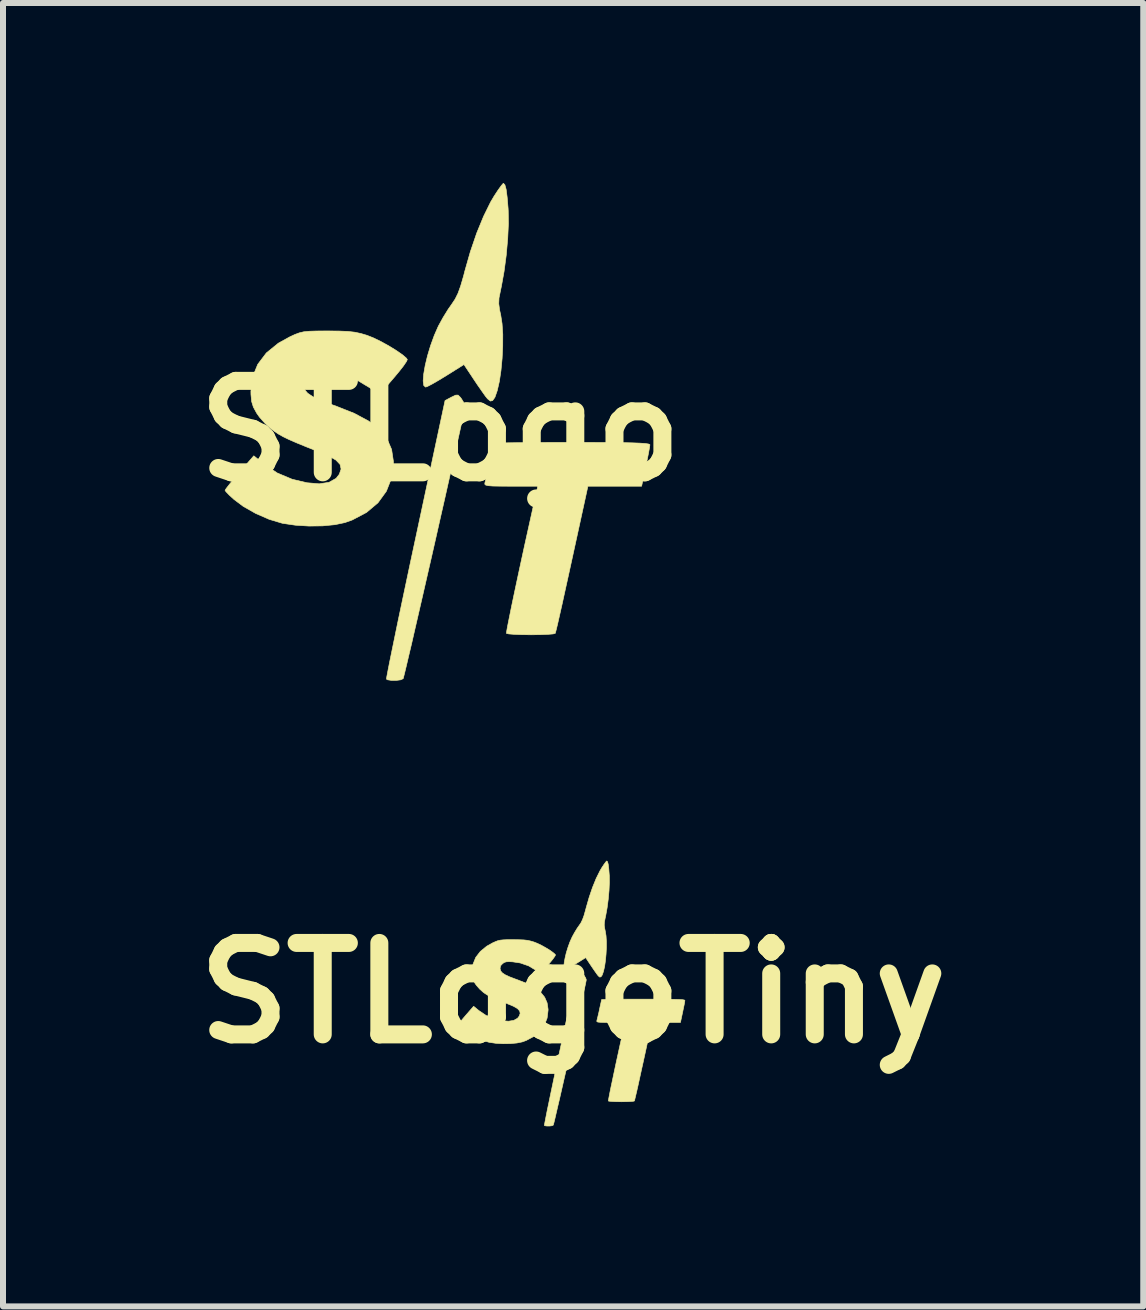
<source format=kicad_pcb>
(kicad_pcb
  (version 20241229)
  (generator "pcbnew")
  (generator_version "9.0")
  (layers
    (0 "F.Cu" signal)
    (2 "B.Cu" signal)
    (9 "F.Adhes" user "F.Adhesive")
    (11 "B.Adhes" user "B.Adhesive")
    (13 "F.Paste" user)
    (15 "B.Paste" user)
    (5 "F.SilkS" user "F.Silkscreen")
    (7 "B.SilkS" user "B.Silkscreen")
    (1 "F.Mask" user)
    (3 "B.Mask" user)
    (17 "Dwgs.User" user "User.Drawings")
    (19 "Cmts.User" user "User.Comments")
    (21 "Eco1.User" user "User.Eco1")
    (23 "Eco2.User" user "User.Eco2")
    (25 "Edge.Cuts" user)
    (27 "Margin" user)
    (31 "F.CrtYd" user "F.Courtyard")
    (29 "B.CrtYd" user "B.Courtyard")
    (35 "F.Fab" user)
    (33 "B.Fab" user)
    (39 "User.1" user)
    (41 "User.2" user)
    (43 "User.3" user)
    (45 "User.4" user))
  (footprint "STLogoTiny"
    (layer "F.Cu")
    (at 6.502 13.501)
    (property "Reference" "STLogoTiny" (at 0 0 0) (layer "F.SilkS") (effects (font (size 1.524 1.524) (thickness 0.3))))
    (attr through_hole)
    (fp_poly (pts (xy 0.178 -0.299) (xy 0.187 -0.288) (xy 0.21 -0.25) (xy 0.22 -0.219) (xy 0.216 -0.198) (xy 0.206 -0.147) (xy 0.189 -0.07) (xy 0.167 0.03) (xy 0.14 0.151) (xy 0.11 0.288) (xy 0.076 0.439) (xy 0.039 0.6) (xy 0.001 0.769) (xy -0.038 0.942) (xy -0.078 1.116) (xy -0.117 1.287) (xy -0.155 1.453) (xy -0.191 1.611) (xy -0.224 1.756) (xy -0.255 1.887) (xy -0.281 1.999) (xy -0.302 2.09) (xy -0.318 2.156) (xy -0.328 2.194) (xy -0.331 2.202) (xy -0.352 2.212) (xy -0.392 2.217) (xy -0.436 2.217) (xy -0.47 2.212) (xy -0.479 2.206) (xy -0.476 2.187) (xy -0.467 2.139) (xy -0.452 2.062) (xy -0.432 1.96) (xy -0.406 1.836) (xy -0.376 1.691) (xy -0.342 1.529) (xy -0.305 1.352) (xy -0.264 1.162) (xy -0.222 0.964) (xy -0.221 0.961) (xy 0.042 -0.27) (xy 0.098 -0.3) (xy 0.136 -0.319) (xy 0.158 -0.319) (xy 0.178 -0.299)) (stroke (width 0.01) (type solid)) (fill yes) (layer "F.SilkS"))
    (fp_poly (pts (xy 0.574 -2.188) (xy 0.585 -2.148) (xy 0.594 -2.078) (xy 0.602 -1.977) (xy 0.604 -1.956) (xy 0.605 -1.843) (xy 0.599 -1.709) (xy 0.586 -1.564) (xy 0.567 -1.419) (xy 0.543 -1.286) (xy 0.534 -1.245) (xy 0.522 -1.182) (xy 0.519 -1.131) (xy 0.527 -1.075) (xy 0.536 -1.033) (xy 0.549 -0.954) (xy 0.555 -0.859) (xy 0.555 -0.753) (xy 0.549 -0.644) (xy 0.539 -0.538) (xy 0.525 -0.441) (xy 0.506 -0.359) (xy 0.485 -0.299) (xy 0.465 -0.271) (xy 0.445 -0.265) (xy 0.42 -0.285) (xy 0.402 -0.308) (xy 0.372 -0.35) (xy 0.331 -0.409) (xy 0.289 -0.471) (xy 0.285 -0.477) (xy 0.21 -0.59) (xy 0.05 -0.49) (xy -0.016 -0.45) (xy -0.073 -0.417) (xy -0.114 -0.396) (xy -0.131 -0.39) (xy -0.147 -0.404) (xy -0.153 -0.445) (xy -0.148 -0.506) (xy -0.134 -0.583) (xy -0.114 -0.669) (xy -0.086 -0.76) (xy -0.054 -0.849) (xy -0.017 -0.932) (xy -0.015 -0.936) (xy 0.024 -1.007) (xy 0.069 -1.081) (xy 0.101 -1.126) (xy 0.132 -1.172) (xy 0.157 -1.224) (xy 0.181 -1.289) (xy 0.206 -1.377) (xy 0.217 -1.419) (xy 0.267 -1.593) (xy 0.323 -1.758) (xy 0.384 -1.908) (xy 0.447 -2.035) (xy 0.478 -2.088) (xy 0.513 -2.141) (xy 0.542 -2.181) (xy 0.559 -2.2) (xy 0.561 -2.201) (xy 0.574 -2.188)) (stroke (width 0.01) (type solid)) (fill yes) (layer "F.SilkS"))
    (fp_poly (pts (xy 1.347 0.102) (xy 1.495 0.102) (xy 1.613 0.104) (xy 1.706 0.106) (xy 1.774 0.108) (xy 1.822 0.111) (xy 1.85 0.116) (xy 1.862 0.121) (xy 1.863 0.123) (xy 1.86 0.147) (xy 1.851 0.197) (xy 1.837 0.264) (xy 1.826 0.318) (xy 1.789 0.491) (xy 1.312 0.491) (xy 1.171 1.139) (xy 1.139 1.282) (xy 1.11 1.415) (xy 1.084 1.534) (xy 1.061 1.636) (xy 1.042 1.716) (xy 1.029 1.771) (xy 1.023 1.797) (xy 1.022 1.799) (xy 1.003 1.804) (xy 0.957 1.808) (xy 0.89 1.811) (xy 0.81 1.812) (xy 0.804 1.812) (xy 0.724 1.811) (xy 0.656 1.808) (xy 0.609 1.804) (xy 0.588 1.8) (xy 0.588 1.799) (xy 0.59 1.78) (xy 0.599 1.732) (xy 0.613 1.658) (xy 0.633 1.56) (xy 0.658 1.443) (xy 0.686 1.31) (xy 0.717 1.164) (xy 0.751 1.009) (xy 0.786 0.848) (xy 0.823 0.685) (xy 0.854 0.546) (xy 0.866 0.491) (xy 0.627 0.491) (xy 0.532 0.491) (xy 0.467 0.489) (xy 0.425 0.486) (xy 0.403 0.481) (xy 0.395 0.473) (xy 0.396 0.461) (xy 0.403 0.433) (xy 0.415 0.384) (xy 0.43 0.321) (xy 0.444 0.253) (xy 0.458 0.191) (xy 0.469 0.141) (xy 0.474 0.113) (xy 0.474 0.11) (xy 0.49 0.108) (xy 0.537 0.107) (xy 0.611 0.105) (xy 0.707 0.104) (xy 0.824 0.103) (xy 0.956 0.102) (xy 1.101 0.102) (xy 1.168 0.102) (xy 1.347 0.102)) (stroke (width 0.01) (type solid)) (fill yes) (layer "F.SilkS"))
    (fp_poly (pts (xy -0.898 -0.888) (xy -0.821 -0.885) (xy -0.76 -0.878) (xy -0.706 -0.866) (xy -0.652 -0.85) (xy -0.594 -0.827) (xy -0.526 -0.794) (xy -0.456 -0.755) (xy -0.39 -0.715) (xy -0.337 -0.677) (xy -0.302 -0.647) (xy -0.293 -0.635) (xy -0.302 -0.616) (xy -0.328 -0.578) (xy -0.369 -0.526) (xy -0.416 -0.47) (xy -0.544 -0.322) (xy -0.621 -0.38) (xy -0.742 -0.453) (xy -0.881 -0.501) (xy -1.008 -0.52) (xy -1.073 -0.523) (xy -1.116 -0.52) (xy -1.148 -0.509) (xy -1.174 -0.491) (xy -1.208 -0.455) (xy -1.217 -0.414) (xy -1.216 -0.401) (xy -1.206 -0.367) (xy -1.18 -0.336) (xy -1.134 -0.305) (xy -1.064 -0.272) (xy -0.967 -0.235) (xy -0.923 -0.219) (xy -0.764 -0.156) (xy -0.638 -0.088) (xy -0.541 -0.013) (xy -0.474 0.07) (xy -0.433 0.164) (xy -0.417 0.27) (xy -0.417 0.288) (xy -0.433 0.418) (xy -0.479 0.535) (xy -0.554 0.638) (xy -0.656 0.724) (xy -0.782 0.791) (xy -0.848 0.815) (xy -0.936 0.833) (xy -1.046 0.843) (xy -1.167 0.845) (xy -1.288 0.838) (xy -1.397 0.822) (xy -1.405 0.82) (xy -1.521 0.786) (xy -1.641 0.733) (xy -1.753 0.67) (xy -1.834 0.609) (xy -1.876 0.571) (xy -1.904 0.541) (xy -1.913 0.528) (xy -1.903 0.511) (xy -1.875 0.474) (xy -1.833 0.423) (xy -1.786 0.368) (xy -1.658 0.221) (xy -1.57 0.293) (xy -1.45 0.374) (xy -1.317 0.43) (xy -1.186 0.461) (xy -1.076 0.47) (xy -0.989 0.456) (xy -0.926 0.421) (xy -0.898 0.385) (xy -0.882 0.339) (xy -0.891 0.298) (xy -0.927 0.259) (xy -0.993 0.221) (xy -1.067 0.19) (xy -1.184 0.144) (xy -1.274 0.107) (xy -1.343 0.077) (xy -1.396 0.052) (xy -1.438 0.028) (xy -1.476 0.003) (xy -1.498 -0.013) (xy -1.555 -0.064) (xy -1.608 -0.124) (xy -1.633 -0.158) (xy -1.662 -0.212) (xy -1.678 -0.262) (xy -1.683 -0.324) (xy -1.684 -0.353) (xy -1.669 -0.479) (xy -1.623 -0.593) (xy -1.546 -0.693) (xy -1.44 -0.78) (xy -1.34 -0.836) (xy -1.293 -0.857) (xy -1.254 -0.872) (xy -1.214 -0.881) (xy -1.165 -0.886) (xy -1.1 -0.889) (xy -1.01 -0.889) (xy -0.999 -0.889) (xy -0.898 -0.888)) (stroke (width 0.01) (type solid)) (fill yes) (layer "F.SilkS")))
  (footprint "STLogo"
    (layer "F.Cu")
    (at 4.289 4.133)
    (property "Reference" "STLogo" (at 0 0 0) (layer "F.SilkS") (effects (font (size 1.524 1.524) (thickness 0.3))))
    (attr through_hole)
    (fp_poly (pts (xy 0.334 -0.561) (xy 0.35 -0.54) (xy 0.394 -0.468) (xy 0.412 -0.41) (xy 0.405 -0.371) (xy 0.386 -0.276) (xy 0.355 -0.132) (xy 0.313 0.057) (xy 0.263 0.282) (xy 0.206 0.54) (xy 0.142 0.823) (xy 0.074 1.126) (xy 0.002 1.442) (xy -0.071 1.766) (xy -0.145 2.092) (xy -0.219 2.414) (xy -0.29 2.725) (xy -0.358 3.02) (xy -0.421 3.293) (xy -0.477 3.538) (xy -0.527 3.748) (xy -0.567 3.918) (xy -0.597 4.042) (xy -0.615 4.114) (xy -0.62 4.129) (xy -0.661 4.148) (xy -0.736 4.158) (xy -0.818 4.157) (xy -0.881 4.147) (xy -0.898 4.135) (xy -0.893 4.101) (xy -0.876 4.01) (xy -0.848 3.866) (xy -0.809 3.675) (xy -0.761 3.442) (xy -0.705 3.17) (xy -0.641 2.866) (xy -0.571 2.535) (xy -0.496 2.18) (xy -0.416 1.807) (xy -0.415 1.803) (xy 0.079 -0.507) (xy 0.184 -0.563) (xy 0.255 -0.597) (xy 0.296 -0.598) (xy 0.334 -0.561)) (stroke (width 0.01) (type solid)) (fill yes) (layer "F.SilkS"))
    (fp_poly (pts (xy 1.076 -4.103) (xy 1.097 -4.027) (xy 1.114 -3.896) (xy 1.13 -3.706) (xy 1.132 -3.667) (xy 1.135 -3.456) (xy 1.123 -3.204) (xy 1.099 -2.932) (xy 1.063 -2.661) (xy 1.018 -2.411) (xy 1.002 -2.334) (xy 0.978 -2.216) (xy 0.974 -2.121) (xy 0.988 -2.016) (xy 1.006 -1.937) (xy 1.029 -1.789) (xy 1.041 -1.61) (xy 1.04 -1.412) (xy 1.03 -1.208) (xy 1.011 -1.008) (xy 0.984 -0.826) (xy 0.949 -0.673) (xy 0.91 -0.561) (xy 0.872 -0.507) (xy 0.835 -0.498) (xy 0.788 -0.535) (xy 0.753 -0.578) (xy 0.697 -0.657) (xy 0.621 -0.766) (xy 0.542 -0.884) (xy 0.535 -0.895) (xy 0.394 -1.107) (xy 0.094 -0.919) (xy -0.031 -0.843) (xy -0.137 -0.782) (xy -0.214 -0.742) (xy -0.246 -0.731) (xy -0.276 -0.758) (xy -0.286 -0.834) (xy -0.277 -0.949) (xy -0.252 -1.093) (xy -0.213 -1.255) (xy -0.162 -1.424) (xy -0.101 -1.592) (xy -0.033 -1.747) (xy -0.028 -1.756) (xy 0.045 -1.889) (xy 0.13 -2.027) (xy 0.189 -2.111) (xy 0.247 -2.198) (xy 0.295 -2.295) (xy 0.339 -2.417) (xy 0.387 -2.581) (xy 0.407 -2.66) (xy 0.5 -2.986) (xy 0.606 -3.297) (xy 0.721 -3.577) (xy 0.838 -3.815) (xy 0.897 -3.915) (xy 0.962 -4.014) (xy 1.016 -4.089) (xy 1.048 -4.126) (xy 1.052 -4.128) (xy 1.076 -4.103)) (stroke (width 0.01) (type solid)) (fill yes) (layer "F.SilkS"))
    (fp_poly (pts (xy 2.526 0.191) (xy 2.803 0.192) (xy 3.025 0.194) (xy 3.198 0.198) (xy 3.327 0.203) (xy 3.415 0.209) (xy 3.469 0.217) (xy 3.491 0.226) (xy 3.493 0.23) (xy 3.487 0.276) (xy 3.47 0.37) (xy 3.445 0.495) (xy 3.424 0.595) (xy 3.355 0.921) (xy 2.46 0.921) (xy 2.195 2.135) (xy 2.136 2.404) (xy 2.081 2.653) (xy 2.032 2.877) (xy 1.989 3.067) (xy 1.955 3.217) (xy 1.93 3.32) (xy 1.917 3.37) (xy 1.916 3.373) (xy 1.88 3.383) (xy 1.794 3.39) (xy 1.669 3.395) (xy 1.52 3.397) (xy 1.508 3.397) (xy 1.357 3.395) (xy 1.231 3.39) (xy 1.142 3.383) (xy 1.102 3.374) (xy 1.102 3.373) (xy 1.106 3.338) (xy 1.122 3.248) (xy 1.15 3.108) (xy 1.187 2.925) (xy 1.233 2.706) (xy 1.286 2.457) (xy 1.345 2.183) (xy 1.408 1.893) (xy 1.475 1.591) (xy 1.543 1.284) (xy 1.601 1.024) (xy 1.624 0.921) (xy 1.175 0.921) (xy 0.998 0.92) (xy 0.875 0.918) (xy 0.798 0.912) (xy 0.756 0.902) (xy 0.741 0.887) (xy 0.743 0.865) (xy 0.756 0.813) (xy 0.778 0.719) (xy 0.805 0.601) (xy 0.833 0.475) (xy 0.859 0.357) (xy 0.879 0.264) (xy 0.888 0.212) (xy 0.889 0.207) (xy 0.92 0.203) (xy 1.007 0.2) (xy 1.145 0.197) (xy 1.326 0.195) (xy 1.544 0.193) (xy 1.793 0.191) (xy 2.065 0.191) (xy 2.191 0.191) (xy 2.526 0.191)) (stroke (width 0.01) (type solid)) (fill yes) (layer "F.SilkS"))
    (fp_poly (pts (xy -1.683 -1.665) (xy -1.539 -1.659) (xy -1.425 -1.646) (xy -1.323 -1.624) (xy -1.222 -1.594) (xy -1.114 -1.551) (xy -0.987 -1.489) (xy -0.855 -1.416) (xy -0.732 -1.34) (xy -0.631 -1.27) (xy -0.566 -1.214) (xy -0.55 -1.19) (xy -0.566 -1.155) (xy -0.615 -1.083) (xy -0.692 -0.985) (xy -0.779 -0.881) (xy -1.019 -0.603) (xy -1.164 -0.713) (xy -1.391 -0.849) (xy -1.652 -0.939) (xy -1.889 -0.976) (xy -2.012 -0.981) (xy -2.093 -0.975) (xy -2.152 -0.954) (xy -2.2 -0.92) (xy -2.264 -0.853) (xy -2.281 -0.777) (xy -2.28 -0.751) (xy -2.261 -0.688) (xy -2.212 -0.63) (xy -2.126 -0.572) (xy -1.996 -0.511) (xy -1.814 -0.441) (xy -1.73 -0.411) (xy -1.433 -0.293) (xy -1.196 -0.166) (xy -1.015 -0.025) (xy -0.888 0.132) (xy -0.812 0.308) (xy -0.782 0.506) (xy -0.782 0.54) (xy -0.812 0.783) (xy -0.899 1.004) (xy -1.039 1.197) (xy -1.23 1.358) (xy -1.467 1.483) (xy -1.59 1.527) (xy -1.756 1.562) (xy -1.962 1.582) (xy -2.188 1.585) (xy -2.414 1.571) (xy -2.619 1.541) (xy -2.635 1.538) (xy -2.852 1.473) (xy -3.077 1.375) (xy -3.286 1.256) (xy -3.439 1.141) (xy -3.517 1.07) (xy -3.571 1.014) (xy -3.588 0.989) (xy -3.568 0.958) (xy -3.515 0.89) (xy -3.436 0.794) (xy -3.349 0.691) (xy -3.109 0.414) (xy -2.943 0.549) (xy -2.719 0.7) (xy -2.469 0.805) (xy -2.225 0.863) (xy -2.018 0.881) (xy -1.855 0.856) (xy -1.736 0.789) (xy -1.684 0.722) (xy -1.654 0.635) (xy -1.671 0.558) (xy -1.739 0.486) (xy -1.863 0.415) (xy -2.001 0.356) (xy -2.22 0.27) (xy -2.389 0.201) (xy -2.518 0.145) (xy -2.617 0.097) (xy -2.697 0.052) (xy -2.767 0.006) (xy -2.809 -0.025) (xy -2.915 -0.119) (xy -3.015 -0.232) (xy -3.061 -0.297) (xy -3.116 -0.398) (xy -3.145 -0.491) (xy -3.156 -0.608) (xy -3.157 -0.661) (xy -3.13 -0.898) (xy -3.043 -1.111) (xy -2.9 -1.3) (xy -2.7 -1.463) (xy -2.512 -1.567) (xy -2.424 -1.608) (xy -2.351 -1.635) (xy -2.276 -1.653) (xy -2.185 -1.662) (xy -2.062 -1.666) (xy -1.893 -1.667) (xy -1.873 -1.667) (xy -1.683 -1.665)) (stroke (width 0.01) (type solid)) (fill yes) (layer "F.SilkS")))
  (gr_rect
    (start -3 -3)
    (end 16.005 18.724)
    (stroke (width 0.1) (type default))
    (fill no)
    (layer "Edge.Cuts")))
</source>
